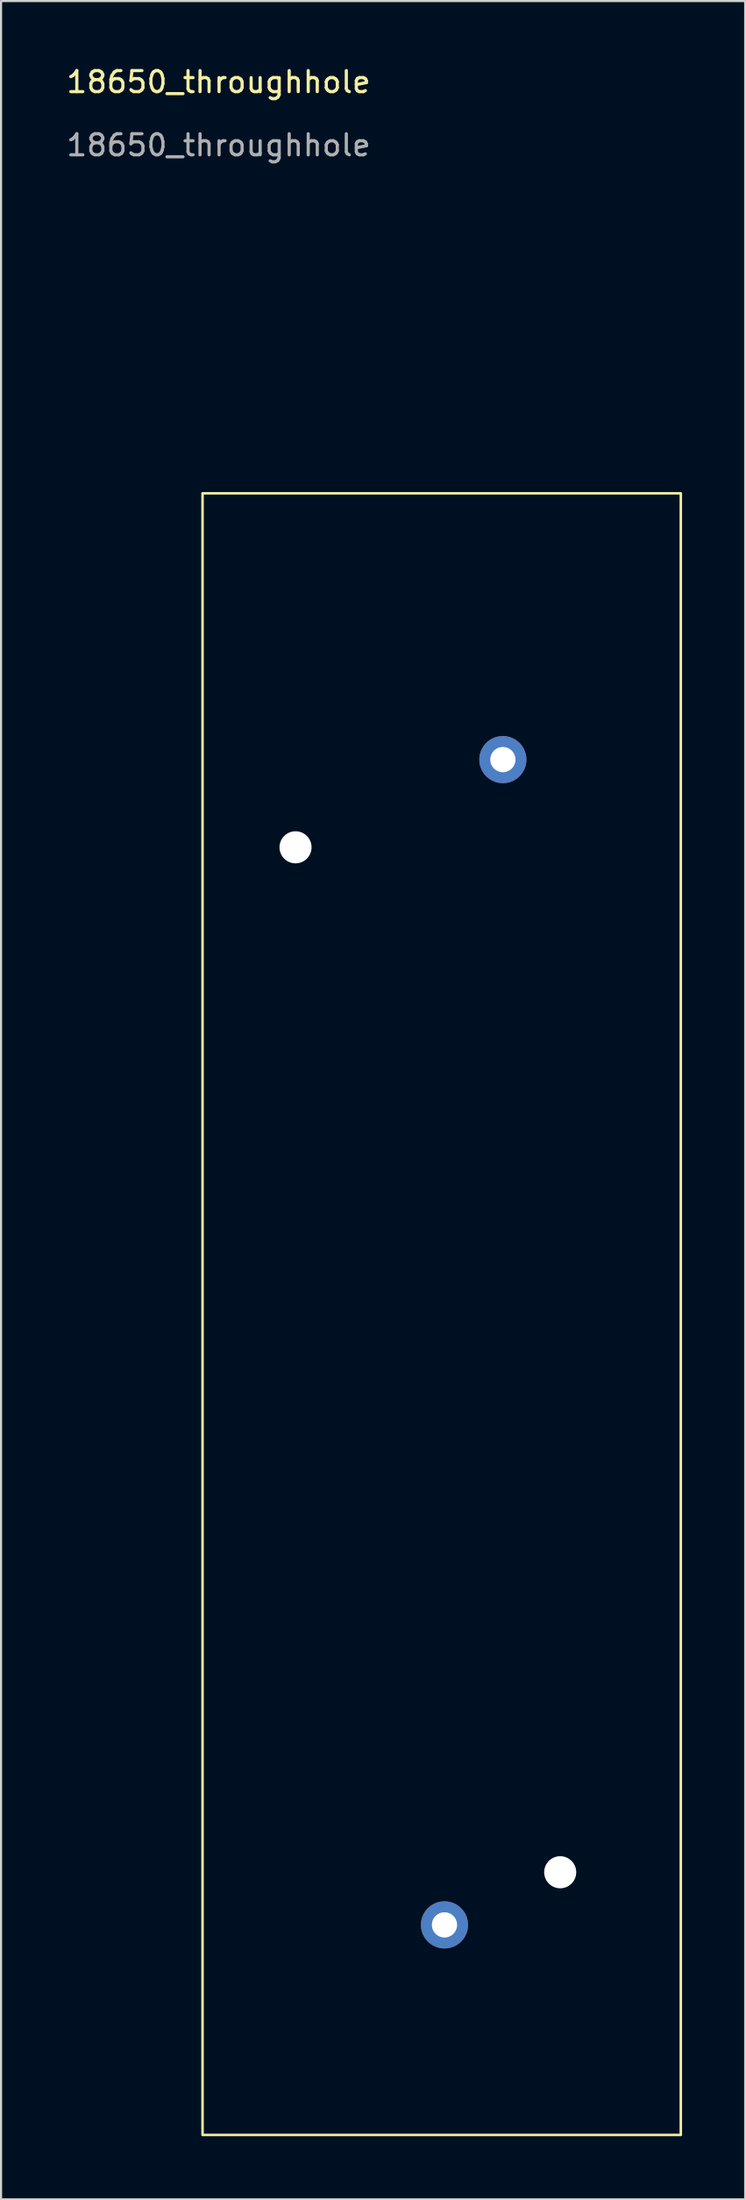
<source format=kicad_pcb>
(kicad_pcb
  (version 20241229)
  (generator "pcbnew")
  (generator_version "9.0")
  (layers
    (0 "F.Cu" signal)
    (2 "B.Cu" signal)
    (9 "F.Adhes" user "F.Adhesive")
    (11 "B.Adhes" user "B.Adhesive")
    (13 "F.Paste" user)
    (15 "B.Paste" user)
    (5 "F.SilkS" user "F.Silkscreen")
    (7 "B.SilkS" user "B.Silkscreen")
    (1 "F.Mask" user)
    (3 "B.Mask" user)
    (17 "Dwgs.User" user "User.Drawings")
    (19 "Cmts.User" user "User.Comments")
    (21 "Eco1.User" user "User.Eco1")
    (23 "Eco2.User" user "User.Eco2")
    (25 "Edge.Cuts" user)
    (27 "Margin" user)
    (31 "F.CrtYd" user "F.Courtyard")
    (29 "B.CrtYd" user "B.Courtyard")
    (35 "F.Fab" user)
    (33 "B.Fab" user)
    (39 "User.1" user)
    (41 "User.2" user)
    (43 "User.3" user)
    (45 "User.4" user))
  (footprint "18650_throughhole"
    (layer "F.Cu")
    (at 6.577 20.382)
    (property "Reference" "18650_throughhole" (at 0.762 -19.534 0) (unlocked yes) (layer "F.SilkS") (effects (font (size 1 1) (thickness 0.15))))
    (attr through_hole)
    (fp_rect (start 0 0) (end 22.733 77.978) (stroke (width 0.12) (type solid)) (fill no) (layer "F.SilkS"))
    (fp_text user "${REFERENCE}" (at 0.762 -16.534 0) (unlocked yes) (layer "F.Fab") (effects (font (size 1 1) (thickness 0.15))))
    (pad "" np_thru_hole circle (at 4.42 16.815) (size 1.524 1.524) (drill 4) (layers "*.Cu" "*.Mask"))
    (pad "" thru_hole circle (at 11.5 68) (size 2.24 2.24) (drill 1.2) (layers "*.Cu" "*.Mask"))
    (pad "" thru_hole circle (at 14.275 12.649) (size 2.24 2.24) (drill 1.2) (layers "*.Cu" "*.Mask"))
    (pad "" np_thru_hole circle (at 17 65.5) (size 1.524 1.524) (drill 4) (layers "*.Cu" "*.Mask")))
  (gr_rect
    (start -3 -3)
    (end 32.37 101.42)
    (stroke (width 0.1) (type default))
    (fill no)
    (layer "Edge.Cuts")))
</source>
